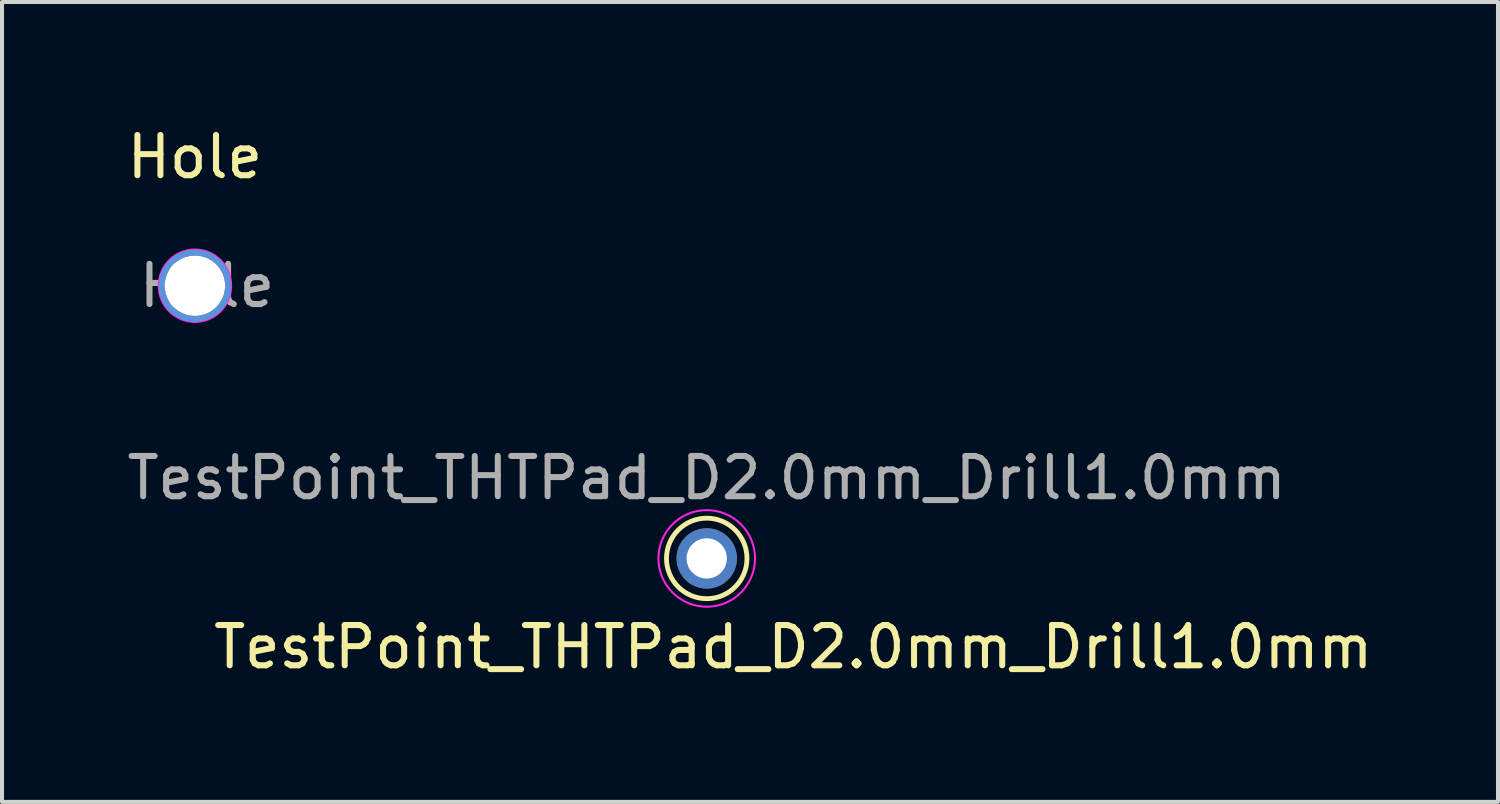
<source format=kicad_pcb>
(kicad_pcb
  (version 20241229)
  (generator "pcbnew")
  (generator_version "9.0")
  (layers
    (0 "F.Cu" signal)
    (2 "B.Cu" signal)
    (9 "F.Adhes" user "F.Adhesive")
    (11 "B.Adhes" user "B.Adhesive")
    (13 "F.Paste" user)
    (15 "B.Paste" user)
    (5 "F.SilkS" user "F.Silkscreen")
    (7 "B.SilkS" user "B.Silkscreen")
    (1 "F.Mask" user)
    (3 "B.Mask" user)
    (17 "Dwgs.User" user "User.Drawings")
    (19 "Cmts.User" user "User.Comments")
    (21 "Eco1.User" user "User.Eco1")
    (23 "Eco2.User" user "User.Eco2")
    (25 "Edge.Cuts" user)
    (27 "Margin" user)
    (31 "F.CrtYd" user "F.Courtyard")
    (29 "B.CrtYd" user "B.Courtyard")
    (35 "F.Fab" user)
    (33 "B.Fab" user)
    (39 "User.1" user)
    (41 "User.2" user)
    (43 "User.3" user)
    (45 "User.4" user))
  (footprint "TestPoint_THTPad_D2.0mm_Drill1.0mm"
    (layer "F.Cu")
    (at 14.506 10.822)
    (property "Reference" "TestPoint_THTPad_D2.0mm_Drill1.0mm" (at 2.15 2.2 0) (layer "F.SilkS") (effects (font (size 1 1) (thickness 0.15))))
    (attr exclude_from_pos_files exclude_from_bom)
    (fp_circle (center 0 0) (end 0 1) (stroke (width 0.12) (type solid)) (fill no) (layer "F.SilkS"))
    (fp_circle (center 0 0) (end 1.2 0) (stroke (width 0.05) (type solid)) (fill no) (layer "F.CrtYd"))
    (fp_text user "${REFERENCE}" (at 0 -2 0) (layer "F.Fab") (effects (font (size 1 1) (thickness 0.15))))
    (pad "1" thru_hole circle (at 0 0) (size 1.5 1.5) (drill 1) (layers "*.Cu" "*.Mask")))
  (footprint "Hole"
    (layer "F.Cu")
    (at 1.792 4.048)
    (property "Reference" "Hole" (at 0 -3.2 0) (layer "F.SilkS") (effects (font (size 1 1) (thickness 0.15))))
    (attr exclude_from_pos_files exclude_from_bom)
    (fp_circle (center 0 0) (end 0.8 -0.2) (stroke (width 0.15) (type solid)) (fill no) (layer "Cmts.User"))
    (fp_circle (center 0 0) (end 0.9 0) (stroke (width 0.05) (type solid)) (fill no) (layer "F.CrtYd"))
    (fp_text user "${REFERENCE}" (at 0.3 0 0) (layer "F.Fab") (effects (font (size 1 1) (thickness 0.15))))
    (pad "" np_thru_hole circle (at 0 0) (size 1.5 1.5) (drill 1.5) (layers "*.Cu" "*.Mask")))
  (gr_rect
    (start -3 -3)
    (end 34.162 16.87)
    (stroke (width 0.1) (type default))
    (fill no)
    (layer "Edge.Cuts")))
</source>
